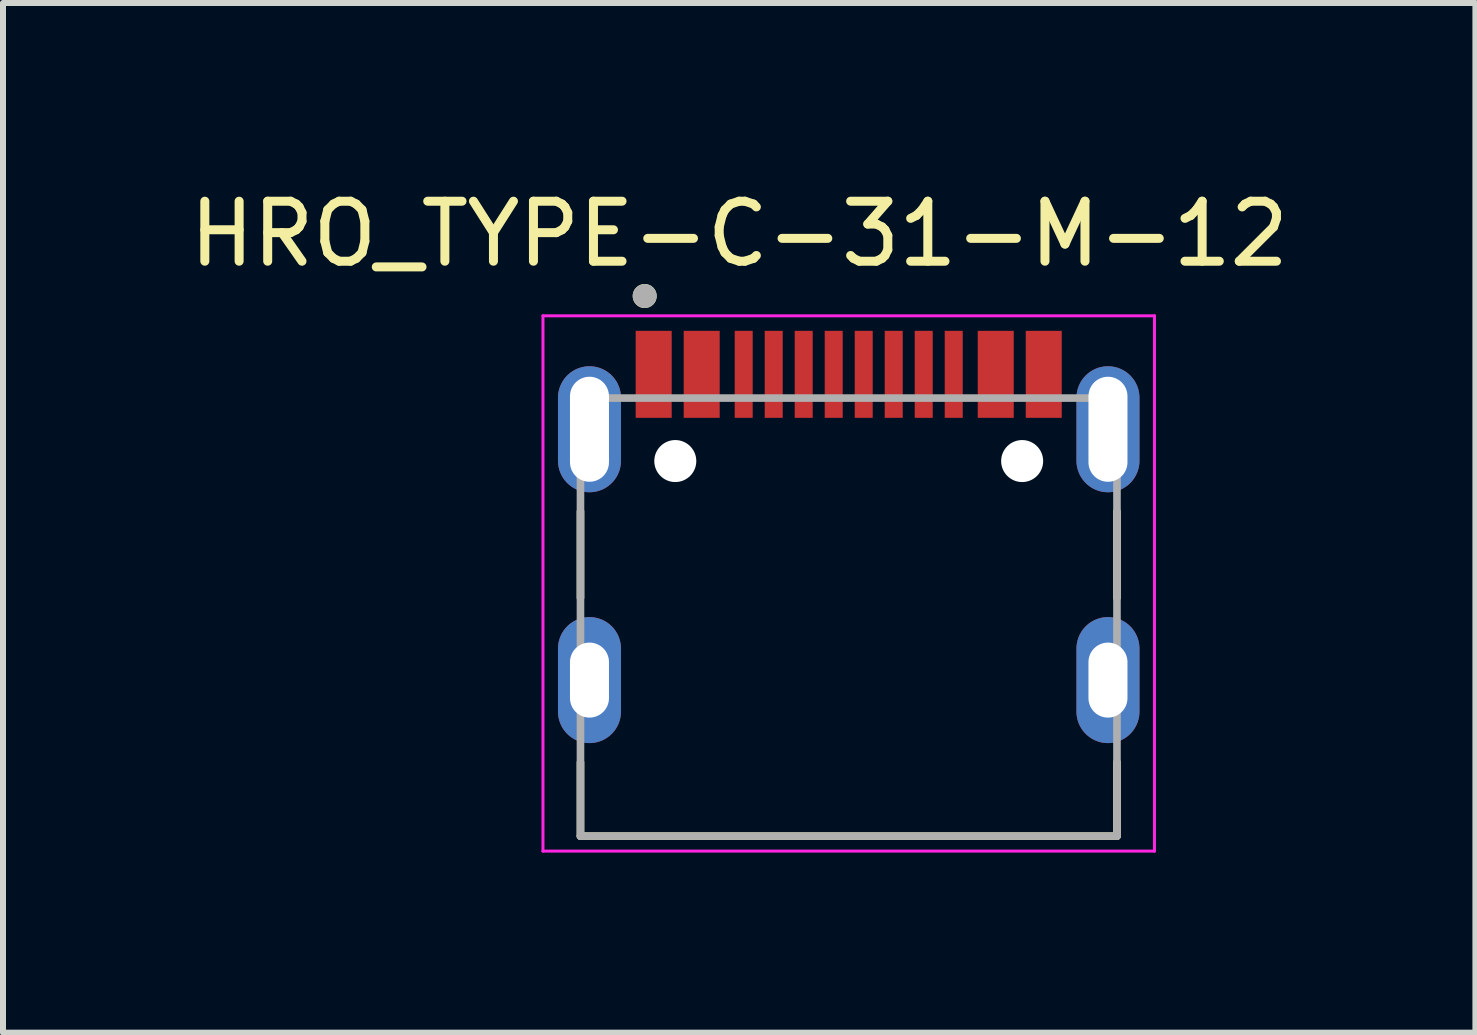
<source format=kicad_pcb>
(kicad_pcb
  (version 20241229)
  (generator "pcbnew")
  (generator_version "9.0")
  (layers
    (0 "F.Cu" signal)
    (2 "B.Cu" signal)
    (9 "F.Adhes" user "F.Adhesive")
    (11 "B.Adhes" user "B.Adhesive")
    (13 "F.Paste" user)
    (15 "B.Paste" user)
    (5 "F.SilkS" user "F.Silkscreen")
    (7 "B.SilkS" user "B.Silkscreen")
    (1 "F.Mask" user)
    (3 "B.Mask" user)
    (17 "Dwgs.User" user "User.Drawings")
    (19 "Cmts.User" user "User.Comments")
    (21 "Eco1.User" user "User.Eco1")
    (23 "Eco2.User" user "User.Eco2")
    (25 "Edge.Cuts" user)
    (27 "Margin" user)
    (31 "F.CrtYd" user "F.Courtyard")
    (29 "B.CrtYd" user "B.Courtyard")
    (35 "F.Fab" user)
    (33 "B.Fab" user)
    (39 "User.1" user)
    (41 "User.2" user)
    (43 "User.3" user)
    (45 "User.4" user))
  (footprint "HRO_TYPE-C-31-M-12"
    (layer "F.Cu")
    (at 11.093 8.283)
    (property "Reference" "HRO_TYPE-C-31-M-12" (at -1.825 -7.435 0) (layer "F.SilkS") (effects (font (size 1 1) (thickness 0.15))))
    (attr through_hole)
    (fp_line (start -4.47 -2.81) (end -4.47 -1.37) (stroke (width 0.127) (type solid)) (layer "F.SilkS"))
    (fp_line (start -4.47 2.6) (end -4.47 1.37) (stroke (width 0.127) (type solid)) (layer "F.SilkS"))
    (fp_line (start 4.47 -2.81) (end 4.47 -1.37) (stroke (width 0.127) (type solid)) (layer "F.SilkS"))
    (fp_line (start 4.47 1.37) (end 4.47 2.6) (stroke (width 0.127) (type solid)) (layer "F.SilkS"))
    (fp_line (start 4.47 2.6) (end -4.47 2.6) (stroke (width 0.127) (type solid)) (layer "F.SilkS"))
    (fp_circle (center -3.4 -6.4) (end -3.3 -6.4) (stroke (width 0.2) (type solid)) (fill no) (layer "F.SilkS"))
    (fp_line (start -5.095 -6.07) (end -5.095 2.85) (stroke (width 0.05) (type solid)) (layer "F.CrtYd"))
    (fp_line (start -5.095 2.85) (end 5.095 2.85) (stroke (width 0.05) (type solid)) (layer "F.CrtYd"))
    (fp_line (start 5.095 -6.07) (end -5.095 -6.07) (stroke (width 0.05) (type solid)) (layer "F.CrtYd"))
    (fp_line (start 5.095 2.85) (end 5.095 -6.07) (stroke (width 0.05) (type solid)) (layer "F.CrtYd"))
    (fp_line (start -4.47 -4.7) (end -4.47 2.6) (stroke (width 0.127) (type solid)) (layer "F.Fab"))
    (fp_line (start -4.47 2.6) (end 4.47 2.6) (stroke (width 0.127) (type solid)) (layer "F.Fab"))
    (fp_line (start 4.47 -4.7) (end -4.47 -4.7) (stroke (width 0.127) (type solid)) (layer "F.Fab"))
    (fp_line (start 4.47 2.6) (end 4.47 -4.7) (stroke (width 0.127) (type solid)) (layer "F.Fab"))
    (fp_circle (center -3.4 -6.4) (end -3.3 -6.4) (stroke (width 0.2) (type solid)) (fill no) (layer "F.Fab"))
    (pad "" np_thru_hole circle (at -2.89 -3.65) (size 0.7 0.7) (drill 0.7) (layers "*.Cu" "*.Mask"))
    (pad "" np_thru_hole circle (at 2.89 -3.65) (size 0.7 0.7) (drill 0.7) (layers "*.Cu" "*.Mask"))
    (pad "A1B12" smd rect (at -3.25 -5.095) (size 0.6 1.45) (layers "F.Cu" "F.Mask" "F.Paste"))
    (pad "A4B9" smd rect (at -2.45 -5.095) (size 0.6 1.45) (layers "F.Cu" "F.Mask" "F.Paste"))
    (pad "A5" smd rect (at -1.25 -5.095) (size 0.3 1.45) (layers "F.Cu" "F.Mask" "F.Paste"))
    (pad "A6" smd rect (at -0.25 -5.095) (size 0.3 1.45) (layers "F.Cu" "F.Mask" "F.Paste"))
    (pad "A7" smd rect (at 0.25 -5.095) (size 0.3 1.45) (layers "F.Cu" "F.Mask" "F.Paste"))
    (pad "A8" smd rect (at 1.25 -5.095) (size 0.3 1.45) (layers "F.Cu" "F.Mask" "F.Paste"))
    (pad "B1A12" smd rect (at 3.25 -5.095) (size 0.6 1.45) (layers "F.Cu" "F.Mask" "F.Paste"))
    (pad "B4A9" smd rect (at 2.45 -5.095) (size 0.6 1.45) (layers "F.Cu" "F.Mask" "F.Paste"))
    (pad "B5" smd rect (at 1.75 -5.095) (size 0.3 1.45) (layers "F.Cu" "F.Mask" "F.Paste"))
    (pad "B6" smd rect (at 0.75 -5.095) (size 0.3 1.45) (layers "F.Cu" "F.Mask" "F.Paste"))
    (pad "B7" smd rect (at -0.75 -5.095) (size 0.3 1.45) (layers "F.Cu" "F.Mask" "F.Paste"))
    (pad "B8" smd rect (at -1.75 -5.095) (size 0.3 1.45) (layers "F.Cu" "F.Mask" "F.Paste"))
    (pad "S1" thru_hole oval (at -4.32 -4.18) (size 1.05 2.1) (drill oval 0.65 1.75) (layers "*.Cu" "*.Mask"))
    (pad "S2" thru_hole oval (at 4.32 -4.18) (size 1.05 2.1) (drill oval 0.65 1.75) (layers "*.Cu" "*.Mask"))
    (pad "S3" thru_hole oval (at -4.32 0) (size 1.05 2.1) (drill oval 0.65 1.25) (layers "*.Cu" "*.Mask"))
    (pad "S4" thru_hole oval (at 4.32 0) (size 1.05 2.1) (drill oval 0.65 1.25) (layers "*.Cu" "*.Mask")))
  (gr_rect
    (start -3 -3)
    (end 21.536 14.158)
    (stroke (width 0.1) (type default))
    (fill no)
    (layer "Edge.Cuts")))
</source>
